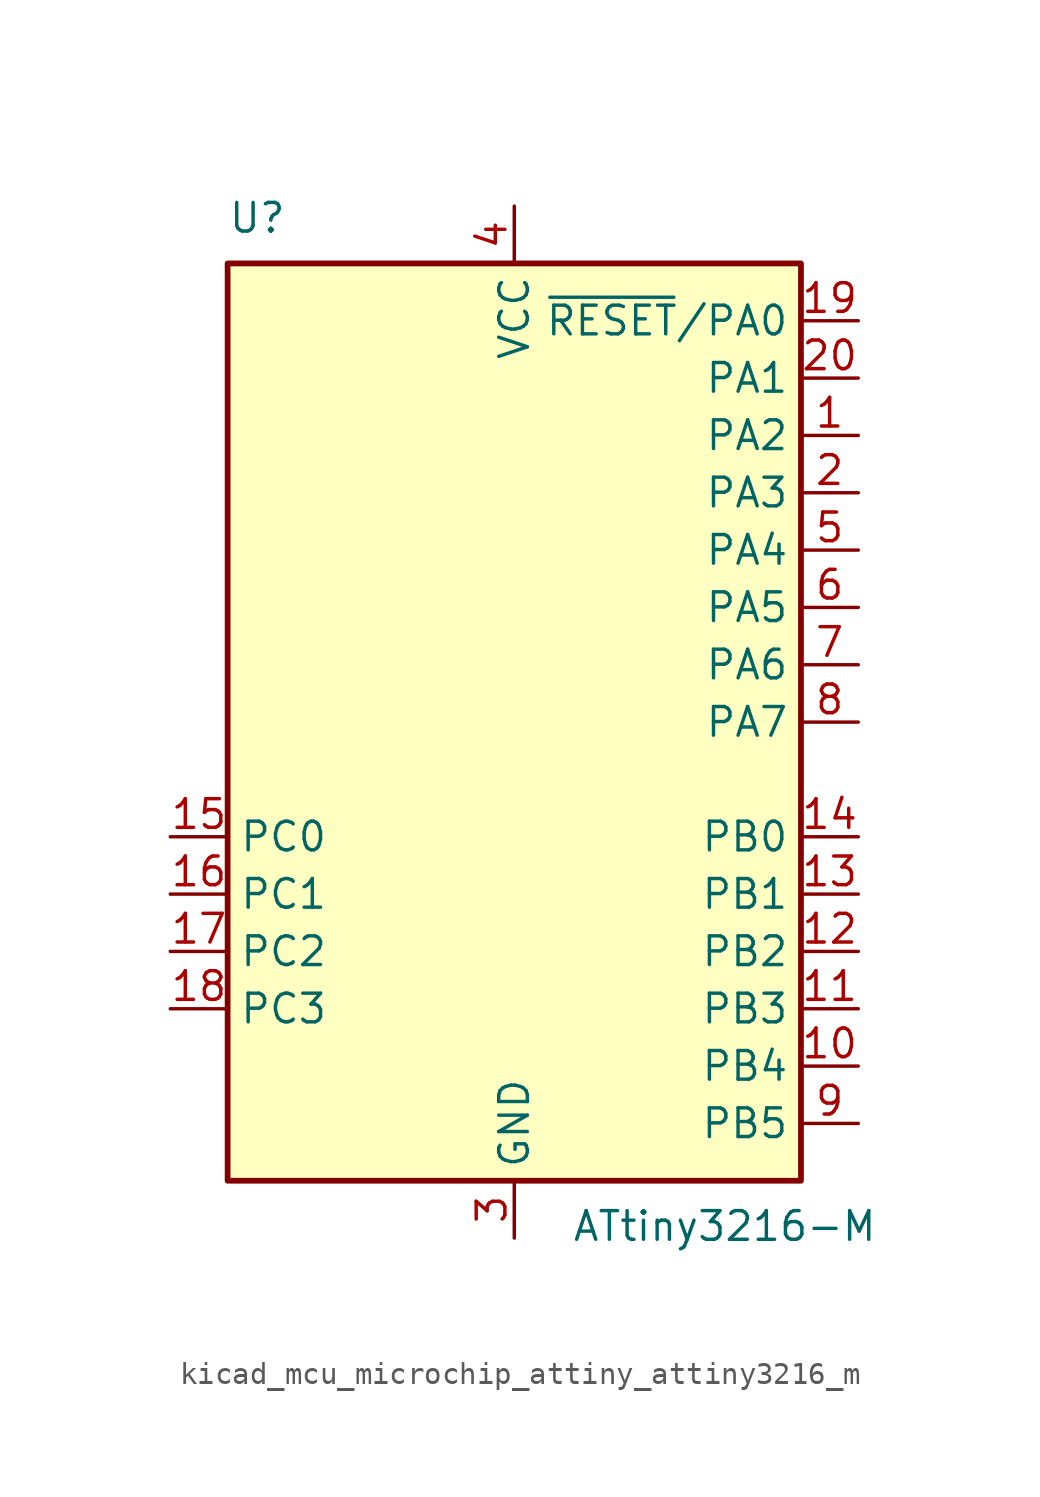
<source format=kicad_sym>
(kicad_symbol_lib
  (version 20220914)
  (generator kicad_symbol_editor)
  (symbol "kicad_mcu_microchip_attiny_attiny3216_m"
    (property "Reference" "U"
      (at -12.7 21.59 0)
      (effects (font (size 1.27 1.27)) (justify left bottom)))
    (property "Value" "ATtiny3216-M"
      (at 2.54 -21.59 0)
      (effects (font (size 1.27 1.27)) (justify left top)))
    (symbol "kicad_mcu_microchip_attiny_attiny3216_m_0_1"
      (rectangle (start -12.7 -20.32) (end 12.7 20.32) (stroke (width 0.254) (type default)) (fill (type background))))
    (symbol "kicad_mcu_microchip_attiny_attiny3216_m_1_1"
      (pin bidirectional line (at 15.24 12.7 180) (length 2.54) (name "PA2" (effects (font (size 1.27 1.27)))) (number "1" (effects (font (size 1.27 1.27)))))
      (pin bidirectional line (at 15.24 -15.24 180) (length 2.54) (name "PB4" (effects (font (size 1.27 1.27)))) (number "10" (effects (font (size 1.27 1.27)))))
      (pin bidirectional line (at 15.24 -12.7 180) (length 2.54) (name "PB3" (effects (font (size 1.27 1.27)))) (number "11" (effects (font (size 1.27 1.27)))))
      (pin bidirectional line (at 15.24 -10.16 180) (length 2.54) (name "PB2" (effects (font (size 1.27 1.27)))) (number "12" (effects (font (size 1.27 1.27)))))
      (pin bidirectional line (at 15.24 -7.62 180) (length 2.54) (name "PB1" (effects (font (size 1.27 1.27)))) (number "13" (effects (font (size 1.27 1.27)))))
      (pin bidirectional line (at 15.24 -5.08 180) (length 2.54) (name "PB0" (effects (font (size 1.27 1.27)))) (number "14" (effects (font (size 1.27 1.27)))))
      (pin bidirectional line (at -15.24 -5.08 0) (length 2.54) (name "PC0" (effects (font (size 1.27 1.27)))) (number "15" (effects (font (size 1.27 1.27)))))
      (pin bidirectional line (at -15.24 -7.62 0) (length 2.54) (name "PC1" (effects (font (size 1.27 1.27)))) (number "16" (effects (font (size 1.27 1.27)))))
      (pin bidirectional line (at -15.24 -10.16 0) (length 2.54) (name "PC2" (effects (font (size 1.27 1.27)))) (number "17" (effects (font (size 1.27 1.27)))))
      (pin bidirectional line (at -15.24 -12.7 0) (length 2.54) (name "PC3" (effects (font (size 1.27 1.27)))) (number "18" (effects (font (size 1.27 1.27)))))
      (pin bidirectional line (at 15.24 17.78 180) (length 2.54) (name "~{RESET}/PA0" (effects (font (size 1.27 1.27)))) (number "19" (effects (font (size 1.27 1.27)))))
      (pin bidirectional line (at 15.24 10.16 180) (length 2.54) (name "PA3" (effects (font (size 1.27 1.27)))) (number "2" (effects (font (size 1.27 1.27)))))
      (pin bidirectional line (at 15.24 15.24 180) (length 2.54) (name "PA1" (effects (font (size 1.27 1.27)))) (number "20" (effects (font (size 1.27 1.27)))))
      (pin passive line (at 0 -22.86 90) (length 2.54) hide (name "GND" (effects (font (size 1.27 1.27)))) (number "21" (effects (font (size 1.27 1.27)))))
      (pin power_in line (at 0 -22.86 90) (length 2.54) (name "GND" (effects (font (size 1.27 1.27)))) (number "3" (effects (font (size 1.27 1.27)))))
      (pin power_in line (at 0 22.86 270) (length 2.54) (name "VCC" (effects (font (size 1.27 1.27)))) (number "4" (effects (font (size 1.27 1.27)))))
      (pin bidirectional line (at 15.24 7.62 180) (length 2.54) (name "PA4" (effects (font (size 1.27 1.27)))) (number "5" (effects (font (size 1.27 1.27)))))
      (pin bidirectional line (at 15.24 5.08 180) (length 2.54) (name "PA5" (effects (font (size 1.27 1.27)))) (number "6" (effects (font (size 1.27 1.27)))))
      (pin bidirectional line (at 15.24 2.54 180) (length 2.54) (name "PA6" (effects (font (size 1.27 1.27)))) (number "7" (effects (font (size 1.27 1.27)))))
      (pin bidirectional line (at 15.24 0 180) (length 2.54) (name "PA7" (effects (font (size 1.27 1.27)))) (number "8" (effects (font (size 1.27 1.27)))))
      (pin bidirectional line (at 15.24 -17.78 180) (length 2.54) (name "PB5" (effects (font (size 1.27 1.27)))) (number "9" (effects (font (size 1.27 1.27))))))))
</source>
